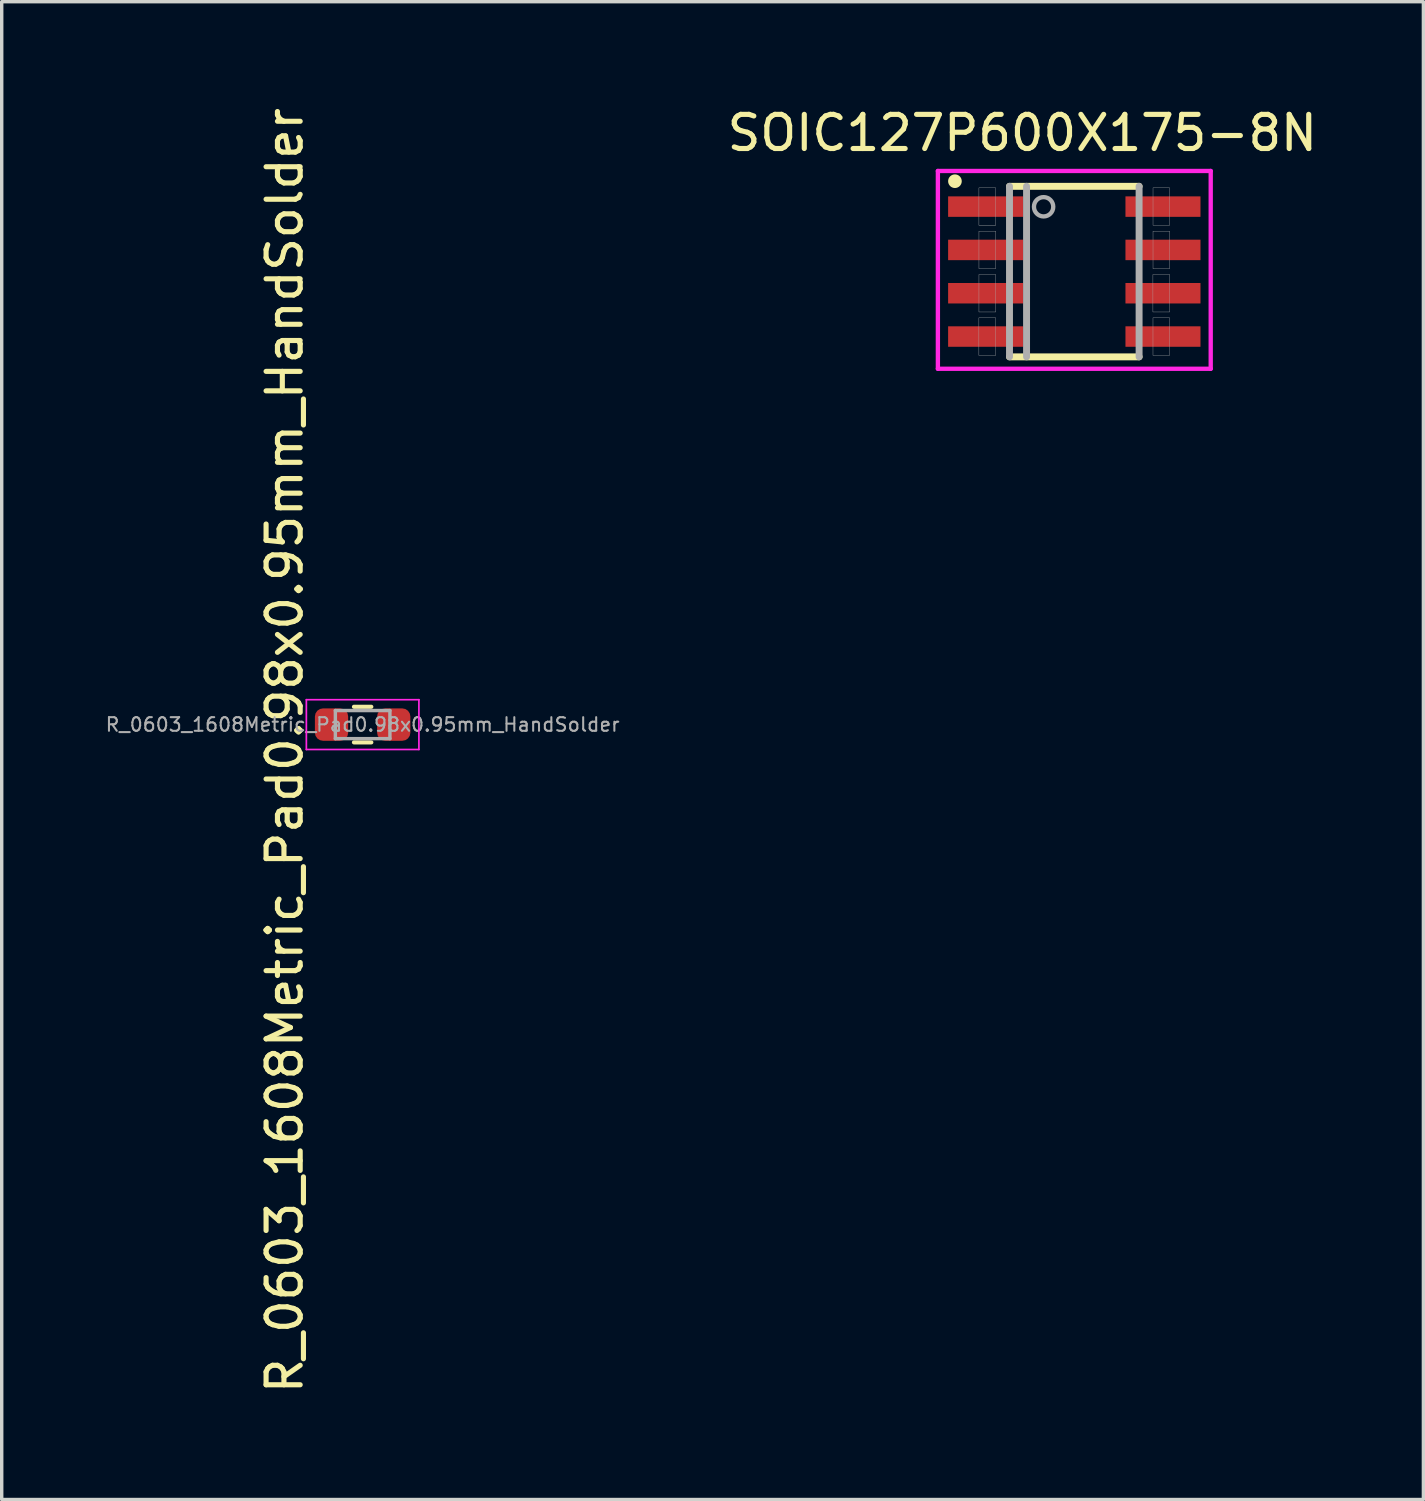
<source format=kicad_pcb>
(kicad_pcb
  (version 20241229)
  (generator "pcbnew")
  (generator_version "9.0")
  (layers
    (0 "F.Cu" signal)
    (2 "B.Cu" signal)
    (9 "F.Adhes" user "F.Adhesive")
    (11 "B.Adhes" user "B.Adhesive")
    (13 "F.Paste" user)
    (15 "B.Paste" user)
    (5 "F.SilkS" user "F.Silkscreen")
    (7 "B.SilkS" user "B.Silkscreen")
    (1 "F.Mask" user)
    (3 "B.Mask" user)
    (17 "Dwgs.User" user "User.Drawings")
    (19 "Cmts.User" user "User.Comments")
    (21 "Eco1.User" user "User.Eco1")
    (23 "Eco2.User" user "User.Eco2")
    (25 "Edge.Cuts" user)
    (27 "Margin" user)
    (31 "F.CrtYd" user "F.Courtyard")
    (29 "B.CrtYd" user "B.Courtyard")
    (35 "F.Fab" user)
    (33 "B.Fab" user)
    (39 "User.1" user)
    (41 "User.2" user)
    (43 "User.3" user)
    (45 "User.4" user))
  (footprint "R_0603_1608Metric_Pad0.98x0.95mm_HandSolder"
    (layer "F.Cu")
    (at 7.583 18.196)
    (property "Reference" "R_0603_1608Metric_Pad0.98x0.95mm_HandSolder" (at -2.286 0.762 270) (layer "F.SilkS") (effects (font (size 1 1) (thickness 0.15))))
    (attr smd)
    (fp_line (start -0.255 -0.522) (end 0.255 -0.522) (stroke (width 0.12) (type solid)) (layer "F.SilkS"))
    (fp_line (start -0.255 0.522) (end 0.255 0.522) (stroke (width 0.12) (type solid)) (layer "F.SilkS"))
    (fp_line (start -1.65 -0.73) (end 1.65 -0.73) (stroke (width 0.05) (type solid)) (layer "F.CrtYd"))
    (fp_line (start -1.65 0.73) (end -1.65 -0.73) (stroke (width 0.05) (type solid)) (layer "F.CrtYd"))
    (fp_line (start 1.65 -0.73) (end 1.65 0.73) (stroke (width 0.05) (type solid)) (layer "F.CrtYd"))
    (fp_line (start 1.65 0.73) (end -1.65 0.73) (stroke (width 0.05) (type solid)) (layer "F.CrtYd"))
    (fp_line (start -0.8 -0.412) (end 0.8 -0.412) (stroke (width 0.1) (type solid)) (layer "F.Fab"))
    (fp_line (start -0.8 0.412) (end -0.8 -0.412) (stroke (width 0.1) (type solid)) (layer "F.Fab"))
    (fp_line (start 0.8 -0.412) (end 0.8 0.412) (stroke (width 0.1) (type solid)) (layer "F.Fab"))
    (fp_line (start 0.8 0.412) (end -0.8 0.412) (stroke (width 0.1) (type solid)) (layer "F.Fab"))
    (fp_text user "${REFERENCE}" (at 0 0 180) (layer "F.Fab") (effects (font (size 0.4 0.4) (thickness 0.06))))
    (pad "1" smd roundrect (at -0.912 0) (size 0.975 0.95) (layers "F.Cu" "F.Mask" "F.Paste") (roundrect_rratio 0.25))
    (pad "2" smd roundrect (at 0.912 0) (size 0.975 0.95) (layers "F.Cu" "F.Mask" "F.Paste") (roundrect_rratio 0.25)))
  (footprint "SOIC127P600X175-8N"
    (layer "F.Cu")
    (at 28.45 4.913)
    (property "Reference" "SOIC127P600X175-8N" (at -1.524 -4.064 0) (layer "F.SilkS") (effects (font (size 1.002 1.002) (thickness 0.15))))
    (attr through_hole)
    (fp_line (start -1.9 -2.5) (end 1.9 -2.5) (stroke (width 0.203) (type solid)) (layer "F.SilkS"))
    (fp_line (start 1.9 2.5) (end -1.9 2.5) (stroke (width 0.203) (type solid)) (layer "F.SilkS"))
    (fp_circle (center -3.5 -2.65) (end -3.3 -2.65) (stroke (width 0) (type solid)) (fill yes) (layer "F.SilkS"))
    (fp_line (start -4 -2.95) (end 4 -2.95) (stroke (width 0.127) (type solid)) (layer "F.CrtYd"))
    (fp_line (start -4 2.85) (end -4 -2.95) (stroke (width 0.127) (type solid)) (layer "F.CrtYd"))
    (fp_line (start 4 -2.95) (end 4 2.85) (stroke (width 0.127) (type solid)) (layer "F.CrtYd"))
    (fp_line (start 4 2.85) (end -4 2.85) (stroke (width 0.127) (type solid)) (layer "F.CrtYd"))
    (fp_line (start -1.9 2.5) (end -1.9 -2.5) (stroke (width 0.203) (type solid)) (layer "F.Fab"))
    (fp_line (start -1.4 2.5) (end -1.4 -2.5) (stroke (width 0.203) (type solid)) (layer "F.Fab"))
    (fp_line (start 1.9 -2.5) (end 1.9 2.5) (stroke (width 0.203) (type solid)) (layer "F.Fab"))
    (fp_circle (center -0.9 -1.9) (end -0.617 -1.9) (stroke (width 0.127) (type solid)) (fill no) (layer "F.Fab"))
    (fp_poly (pts (xy -2.798 1.355) (xy -2.305 1.355) (xy -2.305 2.458) (xy -2.798 2.458)) (stroke (width 0.01) (type solid)) (fill no) (layer "F.Fab"))
    (fp_poly (pts (xy -2.797 -2.455) (xy -2.305 -2.455) (xy -2.305 -1.356) (xy -2.797 -1.356)) (stroke (width 0.01) (type solid)) (fill no) (layer "F.Fab"))
    (fp_poly (pts (xy -2.796 -1.185) (xy -2.305 -1.185) (xy -2.305 -0.085) (xy -2.796 -0.085)) (stroke (width 0.01) (type solid)) (fill no) (layer "F.Fab"))
    (fp_poly (pts (xy -2.796 0.085) (xy -2.305 0.085) (xy -2.305 1.185) (xy -2.796 1.185)) (stroke (width 0.01) (type solid)) (fill no) (layer "F.Fab"))
    (fp_poly (pts (xy 2.305 0.085) (xy 2.795 0.085) (xy 2.795 1.185) (xy 2.305 1.185)) (stroke (width 0.01) (type solid)) (fill no) (layer "F.Fab"))
    (fp_poly (pts (xy 2.307 1.355) (xy 2.795 1.355) (xy 2.795 2.457) (xy 2.307 2.457)) (stroke (width 0.01) (type solid)) (fill no) (layer "F.Fab"))
    (fp_poly (pts (xy 2.308 -2.455) (xy 2.795 -2.455) (xy 2.795 -1.357) (xy 2.308 -1.357)) (stroke (width 0.01) (type solid)) (fill no) (layer "F.Fab"))
    (fp_poly (pts (xy 2.308 -1.185) (xy 2.795 -1.185) (xy 2.795 -0.085) (xy 2.308 -0.085)) (stroke (width 0.01) (type solid)) (fill no) (layer "F.Fab"))
    (pad "1" smd rect (at -2.6 -1.905 270) (size 0.6 2.2) (layers "F.Cu" "F.Mask" "F.Paste"))
    (pad "2" smd rect (at -2.6 -0.635 270) (size 0.6 2.2) (layers "F.Cu" "F.Mask" "F.Paste"))
    (pad "3" smd rect (at -2.6 0.635 270) (size 0.6 2.2) (layers "F.Cu" "F.Mask" "F.Paste"))
    (pad "4" smd rect (at -2.6 1.905 270) (size 0.6 2.2) (layers "F.Cu" "F.Mask" "F.Paste"))
    (pad "5" smd rect (at 2.6 1.905 270) (size 0.6 2.2) (layers "F.Cu" "F.Mask" "F.Paste"))
    (pad "6" smd rect (at 2.6 0.635 270) (size 0.6 2.2) (layers "F.Cu" "F.Mask" "F.Paste"))
    (pad "7" smd rect (at 2.6 -0.635 270) (size 0.6 2.2) (layers "F.Cu" "F.Mask" "F.Paste"))
    (pad "8" smd rect (at 2.6 -1.905 270) (size 0.6 2.2) (layers "F.Cu" "F.Mask" "F.Paste")))
  (gr_rect
    (start -3 -3)
    (end 38.686 40.917)
    (stroke (width 0.1) (type default))
    (fill no)
    (layer "Edge.Cuts")))
</source>
